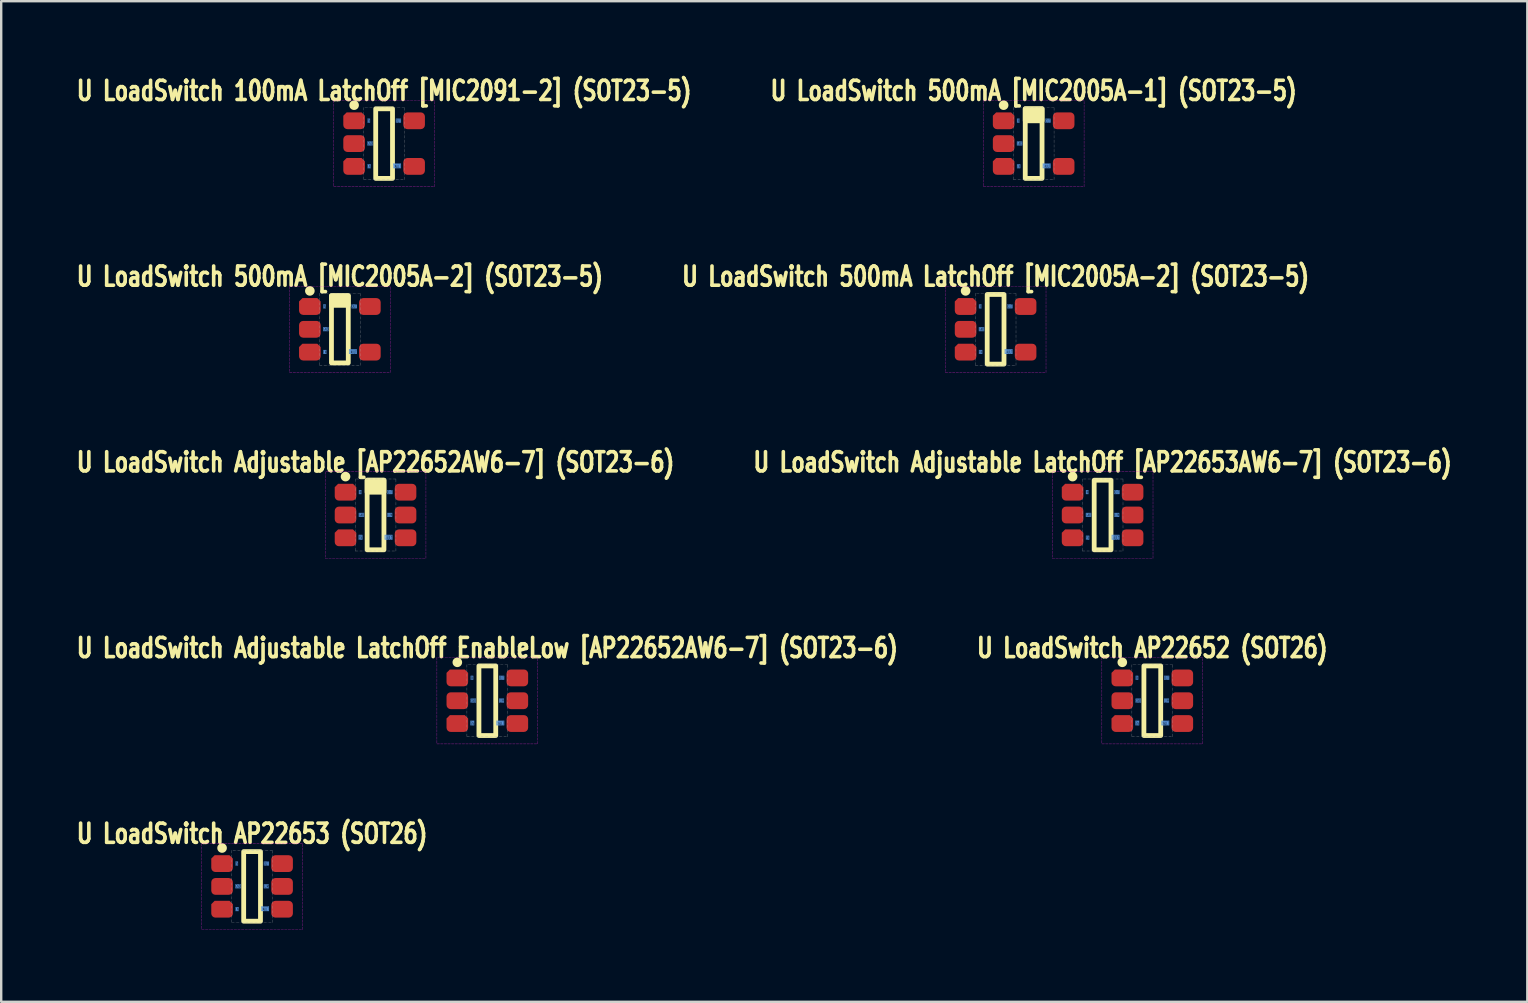
<source format=kicad_pcb>
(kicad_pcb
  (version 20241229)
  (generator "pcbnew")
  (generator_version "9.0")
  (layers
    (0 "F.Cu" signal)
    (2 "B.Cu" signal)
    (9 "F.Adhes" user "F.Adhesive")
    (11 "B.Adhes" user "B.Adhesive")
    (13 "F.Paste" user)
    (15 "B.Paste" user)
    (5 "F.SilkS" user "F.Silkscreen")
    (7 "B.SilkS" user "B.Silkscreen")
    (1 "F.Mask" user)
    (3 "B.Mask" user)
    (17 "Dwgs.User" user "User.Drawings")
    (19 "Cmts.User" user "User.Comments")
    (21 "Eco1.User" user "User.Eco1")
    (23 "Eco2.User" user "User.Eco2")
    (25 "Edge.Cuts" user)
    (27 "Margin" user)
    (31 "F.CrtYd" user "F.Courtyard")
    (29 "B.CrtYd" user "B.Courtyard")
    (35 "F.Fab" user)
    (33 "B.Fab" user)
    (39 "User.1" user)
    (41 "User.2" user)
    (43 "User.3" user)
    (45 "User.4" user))
  (footprint "U LoadSwitch 500mA LatchOff [MIC2005A-2] (SOT23-5)"
    (layer "F.Cu")
    (at 38.424 10.668)
    (property "Reference" "U LoadSwitch 500mA LatchOff [MIC2005A-2] (SOT23-5)" (at 0 -2.2 0) (layer "F.SilkS") (effects (font (size 0.8 0.6) (thickness 0.15))))
    (attr smd)
    (fp_rect (start 0.35 -1.45) (end -0.35 1.45) (stroke (width 0.2) (type default)) (fill no) (layer "F.SilkS"))
    (fp_circle (center -1.25 -1.6) (end -1.1 -1.6) (stroke (width 0.1) (type solid)) (fill yes) (layer "F.SilkS"))
    (fp_rect (start 2.1 -1.8) (end -2.1 1.8) (stroke (width 0.01) (type dash)) (fill no) (layer "F.CrtYd"))
    (fp_rect (start 0.85 -1.5) (end -0.85 1.5) (stroke (width 0.01) (type dash_dot)) (fill no) (layer "F.Fab"))
    (fp_text user "GND" (at -0.7 0 0) (layer "Cmts.User" knockout) (effects (font (size 0.13 0.07) (thickness 0.01) (bold yes)) (justify left)))
    (fp_text user "IN" (at -0.7 -0.95 0) (layer "Cmts.User" knockout) (effects (font (size 0.13 0.07) (thickness 0.01) (bold yes)) (justify left)))
    (fp_text user "OUT" (at 0.7 -0.95 0) (layer "Cmts.User" knockout) (effects (font (size 0.13 0.07) (thickness 0.01) (bold yes)) (justify right)))
    (fp_text user "~{FAULT}" (at 0.7 0.95 0) (layer "Cmts.User" knockout) (effects (font (size 0.13 0.07) (thickness 0.01) (bold yes)) (justify right)))
    (fp_text user "EN" (at -0.7 0.95 0) (layer "Cmts.User" knockout) (effects (font (size 0.13 0.07) (thickness 0.01) (bold yes)) (justify left)))
    (pad "1" smd roundrect (at -1.25 -0.95) (size 0.9 0.7) (layers "F.Cu" "F.Mask" "F.Paste") (roundrect_rratio 0.25) (chamfer_ratio 0.2) (chamfer top_left top_right))
    (pad "2" smd roundrect (at -1.25 0) (size 0.9 0.7) (layers "F.Cu" "F.Mask" "F.Paste") (roundrect_rratio 0.25))
    (pad "3" smd roundrect (at -1.25 0.95) (size 0.9 0.7) (layers "F.Cu" "F.Mask" "F.Paste") (roundrect_rratio 0.25) (chamfer_ratio 0.2) (chamfer top_left top_right))
    (pad "4" smd roundrect (at 1.25 0.95) (size 0.9 0.7) (layers "F.Cu" "F.Mask" "F.Paste") (roundrect_rratio 0.25))
    (pad "5" smd roundrect (at 1.25 -0.95) (size 0.9 0.7) (layers "F.Cu" "F.Mask" "F.Paste") (roundrect_rratio 0.25)))
  (footprint "U LoadSwitch 500mA [MIC2005A-1] (SOT23-5)"
    (layer "F.Cu")
    (at 40.009 2.931)
    (property "Reference" "U LoadSwitch 500mA [MIC2005A-1] (SOT23-5)" (at 0 -2.2 0) (layer "F.SilkS") (effects (font (size 0.8 0.6) (thickness 0.15))))
    (attr smd)
    (fp_rect (start 0.35 -1.45) (end -0.35 -0.95) (stroke (width 0.2) (type solid)) (fill yes) (layer "F.SilkS"))
    (fp_rect (start 0.35 -1.45) (end -0.35 1.45) (stroke (width 0.2) (type default)) (fill no) (layer "F.SilkS"))
    (fp_circle (center -1.25 -1.6) (end -1.1 -1.6) (stroke (width 0.1) (type solid)) (fill yes) (layer "F.SilkS"))
    (fp_rect (start 2.1 -1.8) (end -2.1 1.8) (stroke (width 0.01) (type dash)) (fill no) (layer "F.CrtYd"))
    (fp_rect (start 0.85 -1.5) (end -0.85 1.5) (stroke (width 0.01) (type dash_dot)) (fill no) (layer "F.Fab"))
    (fp_text user "EN" (at -0.7 0.95 0) (layer "Cmts.User" knockout) (effects (font (size 0.13 0.07) (thickness 0.01) (bold yes)) (justify left)))
    (fp_text user "IN" (at -0.7 -0.95 0) (layer "Cmts.User" knockout) (effects (font (size 0.13 0.07) (thickness 0.01) (bold yes)) (justify left)))
    (fp_text user "OUT" (at 0.7 -0.95 0) (layer "Cmts.User" knockout) (effects (font (size 0.13 0.07) (thickness 0.01) (bold yes)) (justify right)))
    (fp_text user "~{FAULT}" (at 0.7 0.95 0) (layer "Cmts.User" knockout) (effects (font (size 0.13 0.07) (thickness 0.01) (bold yes)) (justify right)))
    (fp_text user "GND" (at -0.7 0 0) (layer "Cmts.User" knockout) (effects (font (size 0.13 0.07) (thickness 0.01) (bold yes)) (justify left)))
    (pad "1" smd roundrect (at -1.25 -0.95) (size 0.9 0.7) (layers "F.Cu" "F.Mask" "F.Paste") (roundrect_rratio 0.25) (chamfer_ratio 0.2) (chamfer top_left top_right))
    (pad "2" smd roundrect (at -1.25 0) (size 0.9 0.7) (layers "F.Cu" "F.Mask" "F.Paste") (roundrect_rratio 0.25))
    (pad "3" smd roundrect (at -1.25 0.95) (size 0.9 0.7) (layers "F.Cu" "F.Mask" "F.Paste") (roundrect_rratio 0.25) (chamfer_ratio 0.2) (chamfer top_left top_right))
    (pad "4" smd roundrect (at 1.25 0.95) (size 0.9 0.7) (layers "F.Cu" "F.Mask" "F.Paste") (roundrect_rratio 0.25))
    (pad "5" smd roundrect (at 1.25 -0.95) (size 0.9 0.7) (layers "F.Cu" "F.Mask" "F.Paste") (roundrect_rratio 0.25)))
  (footprint "U LoadSwitch 100mA LatchOff [MIC2091-2] (SOT23-5)"
    (layer "F.Cu")
    (at 12.951 2.931)
    (property "Reference" "U LoadSwitch 100mA LatchOff [MIC2091-2] (SOT23-5)" (at 0 -2.2 0) (layer "F.SilkS") (effects (font (size 0.8 0.6) (thickness 0.15))))
    (attr smd)
    (fp_rect (start 0.35 -1.45) (end -0.35 1.45) (stroke (width 0.2) (type default)) (fill no) (layer "F.SilkS"))
    (fp_circle (center -1.25 -1.6) (end -1.1 -1.6) (stroke (width 0.1) (type solid)) (fill yes) (layer "F.SilkS"))
    (fp_rect (start 2.1 -1.8) (end -2.1 1.8) (stroke (width 0.01) (type dash)) (fill no) (layer "F.CrtYd"))
    (fp_rect (start 0.85 -1.5) (end -0.85 1.5) (stroke (width 0.01) (type dash_dot)) (fill no) (layer "F.Fab"))
    (fp_text user "~{FAULT}" (at 0.7 0.95 0) (layer "Cmts.User" knockout) (effects (font (size 0.13 0.07) (thickness 0.01) (bold yes)) (justify right)))
    (fp_text user "OUT" (at 0.7 -0.95 0) (layer "Cmts.User" knockout) (effects (font (size 0.13 0.07) (thickness 0.01) (bold yes)) (justify right)))
    (fp_text user "EN" (at -0.7 0.95 0) (layer "Cmts.User" knockout) (effects (font (size 0.13 0.07) (thickness 0.01) (bold yes)) (justify left)))
    (fp_text user "IN" (at -0.7 -0.95 0) (layer "Cmts.User" knockout) (effects (font (size 0.13 0.07) (thickness 0.01) (bold yes)) (justify left)))
    (fp_text user "GND" (at -0.7 0 0) (layer "Cmts.User" knockout) (effects (font (size 0.13 0.07) (thickness 0.01) (bold yes)) (justify left)))
    (pad "1" smd roundrect (at -1.25 -0.95) (size 0.9 0.7) (layers "F.Cu" "F.Mask" "F.Paste") (roundrect_rratio 0.25) (chamfer_ratio 0.2) (chamfer top_left top_right))
    (pad "2" smd roundrect (at -1.25 0) (size 0.9 0.7) (layers "F.Cu" "F.Mask" "F.Paste") (roundrect_rratio 0.25))
    (pad "3" smd roundrect (at -1.25 0.95) (size 0.9 0.7) (layers "F.Cu" "F.Mask" "F.Paste") (roundrect_rratio 0.25) (chamfer_ratio 0.2) (chamfer top_left top_right))
    (pad "4" smd roundrect (at 1.25 0.95) (size 0.9 0.7) (layers "F.Cu" "F.Mask" "F.Paste") (roundrect_rratio 0.25))
    (pad "5" smd roundrect (at 1.25 -0.95) (size 0.9 0.7) (layers "F.Cu" "F.Mask" "F.Paste") (roundrect_rratio 0.25)))
  (footprint "U LoadSwitch 500mA [MIC2005A-2] (SOT23-5)"
    (layer "F.Cu")
    (at 11.108 10.668)
    (property "Reference" "U LoadSwitch 500mA [MIC2005A-2] (SOT23-5)" (at 0 -2.2 0) (layer "F.SilkS") (effects (font (size 0.8 0.6) (thickness 0.15))))
    (attr smd)
    (fp_rect (start 0.35 -1.4) (end -0.35 -1) (stroke (width 0.2) (type solid)) (fill yes) (layer "F.SilkS"))
    (fp_rect (start 0.35 -1.4) (end -0.35 1.4) (stroke (width 0.2) (type default)) (fill no) (layer "F.SilkS"))
    (fp_circle (center -1.25 -1.6) (end -1.1 -1.6) (stroke (width 0.1) (type solid)) (fill yes) (layer "F.SilkS"))
    (fp_rect (start 2.1 -1.8) (end -2.1 1.8) (stroke (width 0.01) (type dash)) (fill no) (layer "F.CrtYd"))
    (fp_rect (start 0.85 -1.5) (end -0.85 1.5) (stroke (width 0.01) (type dash_dot)) (fill no) (layer "F.Fab"))
    (fp_text user "~{FAULT}" (at 0.7 0.95 0) (layer "Cmts.User" knockout) (effects (font (size 0.13 0.07) (thickness 0.01) (bold yes)) (justify right)))
    (fp_text user "EN" (at -0.7 0.95 0) (layer "Cmts.User" knockout) (effects (font (size 0.13 0.07) (thickness 0.01) (bold yes)) (justify left)))
    (fp_text user "IN" (at -0.7 -0.95 0) (layer "Cmts.User" knockout) (effects (font (size 0.13 0.07) (thickness 0.01) (bold yes)) (justify left)))
    (fp_text user "GND" (at -0.7 0 0) (layer "Cmts.User" knockout) (effects (font (size 0.13 0.07) (thickness 0.01) (bold yes)) (justify left)))
    (fp_text user "OUT" (at 0.7 -0.95 0) (layer "Cmts.User" knockout) (effects (font (size 0.13 0.07) (thickness 0.01) (bold yes)) (justify right)))
    (pad "1" smd roundrect (at -1.25 -0.95) (size 0.9 0.7) (layers "F.Cu" "F.Mask" "F.Paste") (roundrect_rratio 0.25) (chamfer_ratio 0.2) (chamfer top_left top_right))
    (pad "2" smd roundrect (at -1.25 0) (size 0.9 0.7) (layers "F.Cu" "F.Mask" "F.Paste") (roundrect_rratio 0.25))
    (pad "3" smd roundrect (at -1.25 0.95) (size 0.9 0.7) (layers "F.Cu" "F.Mask" "F.Paste") (roundrect_rratio 0.25) (chamfer_ratio 0.2) (chamfer top_left top_right))
    (pad "4" smd roundrect (at 1.25 0.95) (size 0.9 0.7) (layers "F.Cu" "F.Mask" "F.Paste") (roundrect_rratio 0.25))
    (pad "5" smd roundrect (at 1.25 -0.95) (size 0.9 0.7) (layers "F.Cu" "F.Mask" "F.Paste") (roundrect_rratio 0.25)))
  (footprint "U LoadSwitch AP22652 (SOT26)"
    (layer "F.Cu")
    (at 44.952 26.14)
    (property "Reference" "U LoadSwitch AP22652 (SOT26)" (at 0 -2.2 0) (layer "F.SilkS") (effects (font (size 0.8 0.6) (thickness 0.15))))
    (attr smd)
    (fp_rect (start 0.35 -1.45) (end -0.35 1.45) (stroke (width 0.2) (type default)) (fill no) (layer "F.SilkS"))
    (fp_circle (center -1.25 -1.6) (end -1.1 -1.6) (stroke (width 0.1) (type solid)) (fill yes) (layer "F.SilkS"))
    (fp_rect (start 2.1 -1.8) (end -2.1 1.8) (stroke (width 0.01) (type dash)) (fill no) (layer "F.CrtYd"))
    (fp_rect (start 0.85 -1.5) (end -0.85 1.5) (stroke (width 0.01) (type dash_dot)) (fill no) (layer "F.Fab"))
    (fp_text user "~{EN}" (at -0.7 0.95 0) (layer "Cmts.User" knockout) (effects (font (size 0.13 0.07) (thickness 0.01) (bold yes)) (justify left)))
    (fp_text user "~{FAULT}" (at 0.7 0.95 0) (layer "Cmts.User" knockout) (effects (font (size 0.13 0.07) (thickness 0.01) (bold yes)) (justify right)))
    (fp_text user "OUT" (at 0.7 -0.95 0) (layer "Cmts.User" knockout) (effects (font (size 0.13 0.07) (thickness 0.01) (bold yes)) (justify right)))
    (fp_text user "IN" (at -0.7 -0.95 0) (layer "Cmts.User" knockout) (effects (font (size 0.13 0.07) (thickness 0.01) (bold yes)) (justify left)))
    (fp_text user "GND" (at -0.7 0 0) (layer "Cmts.User" knockout) (effects (font (size 0.13 0.07) (thickness 0.01) (bold yes)) (justify left)))
    (fp_text user "ILIM" (at 0.7 0 0) (layer "Cmts.User" knockout) (effects (font (size 0.13 0.07) (thickness 0.01) (bold yes)) (justify right)))
    (pad "1" smd roundrect (at -1.25 -0.95) (size 0.9 0.7) (layers "F.Cu" "F.Mask" "F.Paste") (roundrect_rratio 0.25) (chamfer_ratio 0.2) (chamfer top_left top_right))
    (pad "2" smd roundrect (at -1.25 0) (size 0.9 0.7) (layers "F.Cu" "F.Mask" "F.Paste") (roundrect_rratio 0.25))
    (pad "3" smd roundrect (at -1.25 0.95) (size 0.9 0.7) (layers "F.Cu" "F.Mask" "F.Paste") (roundrect_rratio 0.25) (chamfer_ratio 0.2) (chamfer top_left top_right))
    (pad "4" smd roundrect (at 1.25 0.95) (size 0.9 0.7) (layers "F.Cu" "F.Mask" "F.Paste") (roundrect_rratio 0.25))
    (pad "5" smd roundrect (at 1.25 0) (size 0.9 0.7) (layers "F.Cu" "F.Mask" "F.Paste") (roundrect_rratio 0.25))
    (pad "6" smd roundrect (at 1.25 -0.95) (size 0.9 0.7) (layers "F.Cu" "F.Mask" "F.Paste") (roundrect_rratio 0.25)))
  (footprint "U LoadSwitch Adjustable [AP22652AW6-7] (SOT23-6)"
    (layer "F.Cu")
    (at 12.594 18.404)
    (property "Reference" "U LoadSwitch Adjustable [AP22652AW6-7] (SOT23-6)" (at 0 -2.2 0) (layer "F.SilkS") (effects (font (size 0.8 0.6) (thickness 0.15))))
    (attr smd)
    (fp_rect (start 0.35 -1.45) (end -0.35 -0.95) (stroke (width 0.2) (type solid)) (fill yes) (layer "F.SilkS"))
    (fp_rect (start 0.35 -1.45) (end -0.35 1.45) (stroke (width 0.2) (type default)) (fill no) (layer "F.SilkS"))
    (fp_circle (center -1.25 -1.6) (end -1.1 -1.6) (stroke (width 0.1) (type solid)) (fill yes) (layer "F.SilkS"))
    (fp_rect (start 2.1 -1.8) (end -2.1 1.8) (stroke (width 0.01) (type dash)) (fill no) (layer "F.CrtYd"))
    (fp_rect (start 0.85 -1.5) (end -0.85 1.5) (stroke (width 0.01) (type dash_dot)) (fill no) (layer "F.Fab"))
    (fp_text user "ILIM" (at 0.7 0 0) (layer "Cmts.User" knockout) (effects (font (size 0.13 0.07) (thickness 0.01) (bold yes)) (justify right)))
    (fp_text user "~{EN}" (at -0.7 0.95 0) (layer "Cmts.User" knockout) (effects (font (size 0.13 0.07) (thickness 0.01) (bold yes)) (justify left)))
    (fp_text user "IN" (at -0.7 -0.95 0) (layer "Cmts.User" knockout) (effects (font (size 0.13 0.07) (thickness 0.01) (bold yes)) (justify left)))
    (fp_text user "OUT" (at 0.7 -0.95 0) (layer "Cmts.User" knockout) (effects (font (size 0.13 0.07) (thickness 0.01) (bold yes)) (justify right)))
    (fp_text user "~{FAULT}" (at 0.7 0.95 0) (layer "Cmts.User" knockout) (effects (font (size 0.13 0.07) (thickness 0.01) (bold yes)) (justify right)))
    (fp_text user "GND" (at -0.7 0 0) (layer "Cmts.User" knockout) (effects (font (size 0.13 0.07) (thickness 0.01) (bold yes)) (justify left)))
    (pad "1" smd roundrect (at -1.25 -0.95) (size 0.9 0.7) (layers "F.Cu" "F.Mask" "F.Paste") (roundrect_rratio 0.25) (chamfer_ratio 0.2) (chamfer top_left top_right))
    (pad "2" smd roundrect (at -1.25 0) (size 0.9 0.7) (layers "F.Cu" "F.Mask" "F.Paste") (roundrect_rratio 0.25))
    (pad "3" smd roundrect (at -1.25 0.95) (size 0.9 0.7) (layers "F.Cu" "F.Mask" "F.Paste") (roundrect_rratio 0.25) (chamfer_ratio 0.2) (chamfer top_left top_right))
    (pad "4" smd roundrect (at 1.25 0.95) (size 0.9 0.7) (layers "F.Cu" "F.Mask" "F.Paste") (roundrect_rratio 0.25))
    (pad "5" smd roundrect (at 1.25 0) (size 0.9 0.7) (layers "F.Cu" "F.Mask" "F.Paste") (roundrect_rratio 0.25))
    (pad "6" smd roundrect (at 1.25 -0.95) (size 0.9 0.7) (layers "F.Cu" "F.Mask" "F.Paste") (roundrect_rratio 0.25)))
  (footprint "U LoadSwitch AP22653 (SOT26)"
    (layer "F.Cu")
    (at 7.451 33.876)
    (property "Reference" "U LoadSwitch AP22653 (SOT26)" (at 0 -2.2 0) (layer "F.SilkS") (effects (font (size 0.8 0.6) (thickness 0.15))))
    (attr smd)
    (fp_rect (start 0.35 -1.45) (end -0.35 1.45) (stroke (width 0.2) (type default)) (fill no) (layer "F.SilkS"))
    (fp_circle (center -1.25 -1.6) (end -1.1 -1.6) (stroke (width 0.1) (type solid)) (fill yes) (layer "F.SilkS"))
    (fp_rect (start 2.1 -1.8) (end -2.1 1.8) (stroke (width 0.01) (type dash)) (fill no) (layer "F.CrtYd"))
    (fp_rect (start 0.85 -1.5) (end -0.85 1.5) (stroke (width 0.01) (type dash_dot)) (fill no) (layer "F.Fab"))
    (fp_text user "~{FAULT}" (at 0.7 0.95 0) (layer "Cmts.User" knockout) (effects (font (size 0.13 0.07) (thickness 0.01) (bold yes)) (justify right)))
    (fp_text user "ILIM" (at 0.7 0 0) (layer "Cmts.User" knockout) (effects (font (size 0.13 0.07) (thickness 0.01) (bold yes)) (justify right)))
    (fp_text user "IN" (at -0.7 -0.95 0) (layer "Cmts.User" knockout) (effects (font (size 0.13 0.07) (thickness 0.01) (bold yes)) (justify left)))
    (fp_text user "EN" (at -0.7 0.95 0) (layer "Cmts.User" knockout) (effects (font (size 0.13 0.07) (thickness 0.01) (bold yes)) (justify left)))
    (fp_text user "OUT" (at 0.7 -0.95 0) (layer "Cmts.User" knockout) (effects (font (size 0.13 0.07) (thickness 0.01) (bold yes)) (justify right)))
    (fp_text user "GND" (at -0.7 0 0) (layer "Cmts.User" knockout) (effects (font (size 0.13 0.07) (thickness 0.01) (bold yes)) (justify left)))
    (pad "1" smd roundrect (at -1.25 -0.95) (size 0.9 0.7) (layers "F.Cu" "F.Mask" "F.Paste") (roundrect_rratio 0.25) (chamfer_ratio 0.2) (chamfer top_left top_right))
    (pad "2" smd roundrect (at -1.25 0) (size 0.9 0.7) (layers "F.Cu" "F.Mask" "F.Paste") (roundrect_rratio 0.25))
    (pad "3" smd roundrect (at -1.25 0.95) (size 0.9 0.7) (layers "F.Cu" "F.Mask" "F.Paste") (roundrect_rratio 0.25) (chamfer_ratio 0.2) (chamfer top_left top_right))
    (pad "4" smd roundrect (at 1.25 0.95) (size 0.9 0.7) (layers "F.Cu" "F.Mask" "F.Paste") (roundrect_rratio 0.25))
    (pad "5" smd roundrect (at 1.25 0) (size 0.9 0.7) (layers "F.Cu" "F.Mask" "F.Paste") (roundrect_rratio 0.25))
    (pad "6" smd roundrect (at 1.25 -0.95) (size 0.9 0.7) (layers "F.Cu" "F.Mask" "F.Paste") (roundrect_rratio 0.25)))
  (footprint "U LoadSwitch Adjustable LatchOff EnableLow [AP22652AW6-7] (SOT23-6)"
    (layer "F.Cu")
    (at 17.251 26.14)
    (property "Reference" "U LoadSwitch Adjustable LatchOff EnableLow [AP22652AW6-7] (SOT23-6)" (at 0 -2.2 0) (layer "F.SilkS") (effects (font (size 0.8 0.6) (thickness 0.15))))
    (attr smd)
    (fp_rect (start 0.35 -1.45) (end -0.35 1.45) (stroke (width 0.2) (type default)) (fill no) (layer "F.SilkS"))
    (fp_circle (center -1.25 -1.6) (end -1.1 -1.6) (stroke (width 0.1) (type solid)) (fill yes) (layer "F.SilkS"))
    (fp_rect (start 2.1 -1.8) (end -2.1 1.8) (stroke (width 0.01) (type dash)) (fill no) (layer "F.CrtYd"))
    (fp_rect (start 0.85 -1.5) (end -0.85 1.5) (stroke (width 0.01) (type dash_dot)) (fill no) (layer "F.Fab"))
    (fp_text user "IN" (at -0.7 -0.95 0) (layer "Cmts.User" knockout) (effects (font (size 0.13 0.07) (thickness 0.01) (bold yes)) (justify left)))
    (fp_text user "~{EN}" (at -0.7 0.95 0) (layer "Cmts.User" knockout) (effects (font (size 0.13 0.07) (thickness 0.01) (bold yes)) (justify left)))
    (fp_text user "~{FAULT}" (at 0.7 0.95 0) (layer "Cmts.User" knockout) (effects (font (size 0.13 0.07) (thickness 0.01) (bold yes)) (justify right)))
    (fp_text user "GND" (at -0.7 0 0) (layer "Cmts.User" knockout) (effects (font (size 0.13 0.07) (thickness 0.01) (bold yes)) (justify left)))
    (fp_text user "ILIM" (at 0.7 0 0) (layer "Cmts.User" knockout) (effects (font (size 0.13 0.07) (thickness 0.01) (bold yes)) (justify right)))
    (fp_text user "OUT" (at 0.7 -0.95 0) (layer "Cmts.User" knockout) (effects (font (size 0.13 0.07) (thickness 0.01) (bold yes)) (justify right)))
    (pad "1" smd roundrect (at -1.25 -0.95) (size 0.9 0.7) (layers "F.Cu" "F.Mask" "F.Paste") (roundrect_rratio 0.25) (chamfer_ratio 0.2) (chamfer top_left top_right))
    (pad "2" smd roundrect (at -1.25 0) (size 0.9 0.7) (layers "F.Cu" "F.Mask" "F.Paste") (roundrect_rratio 0.25))
    (pad "3" smd roundrect (at -1.25 0.95) (size 0.9 0.7) (layers "F.Cu" "F.Mask" "F.Paste") (roundrect_rratio 0.25) (chamfer_ratio 0.2) (chamfer top_left top_right))
    (pad "4" smd roundrect (at 1.25 0.95) (size 0.9 0.7) (layers "F.Cu" "F.Mask" "F.Paste") (roundrect_rratio 0.25))
    (pad "5" smd roundrect (at 1.25 0) (size 0.9 0.7) (layers "F.Cu" "F.Mask" "F.Paste") (roundrect_rratio 0.25))
    (pad "6" smd roundrect (at 1.25 -0.95) (size 0.9 0.7) (layers "F.Cu" "F.Mask" "F.Paste") (roundrect_rratio 0.25)))
  (footprint "U LoadSwitch Adjustable LatchOff [AP22653AW6-7] (SOT23-6)"
    (layer "F.Cu")
    (at 42.881 18.404)
    (property "Reference" "U LoadSwitch Adjustable LatchOff [AP22653AW6-7] (SOT23-6)" (at 0 -2.2 0) (layer "F.SilkS") (effects (font (size 0.8 0.6) (thickness 0.15))))
    (attr smd)
    (fp_rect (start 0.35 -1.45) (end -0.35 1.45) (stroke (width 0.2) (type default)) (fill no) (layer "F.SilkS"))
    (fp_circle (center -1.25 -1.6) (end -1.1 -1.6) (stroke (width 0.1) (type solid)) (fill yes) (layer "F.SilkS"))
    (fp_rect (start 2.1 -1.8) (end -2.1 1.8) (stroke (width 0.01) (type dash)) (fill no) (layer "F.CrtYd"))
    (fp_rect (start 0.85 -1.5) (end -0.85 1.5) (stroke (width 0.01) (type dash_dot)) (fill no) (layer "F.Fab"))
    (fp_text user "~{FAULT}" (at 0.7 0.95 0) (layer "Cmts.User" knockout) (effects (font (size 0.13 0.07) (thickness 0.01) (bold yes)) (justify right)))
    (fp_text user "ILIM" (at 0.7 0 0) (layer "Cmts.User" knockout) (effects (font (size 0.13 0.07) (thickness 0.01) (bold yes)) (justify right)))
    (fp_text user "EN" (at -0.7 0.95 0) (layer "Cmts.User" knockout) (effects (font (size 0.13 0.07) (thickness 0.01) (bold yes)) (justify left)))
    (fp_text user "OUT" (at 0.7 -0.95 0) (layer "Cmts.User" knockout) (effects (font (size 0.13 0.07) (thickness 0.01) (bold yes)) (justify right)))
    (fp_text user "IN" (at -0.7 -0.95 0) (layer "Cmts.User" knockout) (effects (font (size 0.13 0.07) (thickness 0.01) (bold yes)) (justify left)))
    (fp_text user "GND" (at -0.7 0 0) (layer "Cmts.User" knockout) (effects (font (size 0.13 0.07) (thickness 0.01) (bold yes)) (justify left)))
    (pad "1" smd roundrect (at -1.25 -0.95) (size 0.9 0.7) (layers "F.Cu" "F.Mask" "F.Paste") (roundrect_rratio 0.25) (chamfer_ratio 0.2) (chamfer top_left top_right))
    (pad "2" smd roundrect (at -1.25 0) (size 0.9 0.7) (layers "F.Cu" "F.Mask" "F.Paste") (roundrect_rratio 0.25))
    (pad "3" smd roundrect (at -1.25 0.95) (size 0.9 0.7) (layers "F.Cu" "F.Mask" "F.Paste") (roundrect_rratio 0.25) (chamfer_ratio 0.2) (chamfer top_left top_right))
    (pad "4" smd roundrect (at 1.25 0.95) (size 0.9 0.7) (layers "F.Cu" "F.Mask" "F.Paste") (roundrect_rratio 0.25))
    (pad "5" smd roundrect (at 1.25 0) (size 0.9 0.7) (layers "F.Cu" "F.Mask" "F.Paste") (roundrect_rratio 0.25))
    (pad "6" smd roundrect (at 1.25 -0.95) (size 0.9 0.7) (layers "F.Cu" "F.Mask" "F.Paste") (roundrect_rratio 0.25)))
  (gr_rect
    (start -3 -3)
    (end 60.574 38.681)
    (stroke (width 0.1) (type default))
    (fill no)
    (layer "Edge.Cuts")))
</source>
